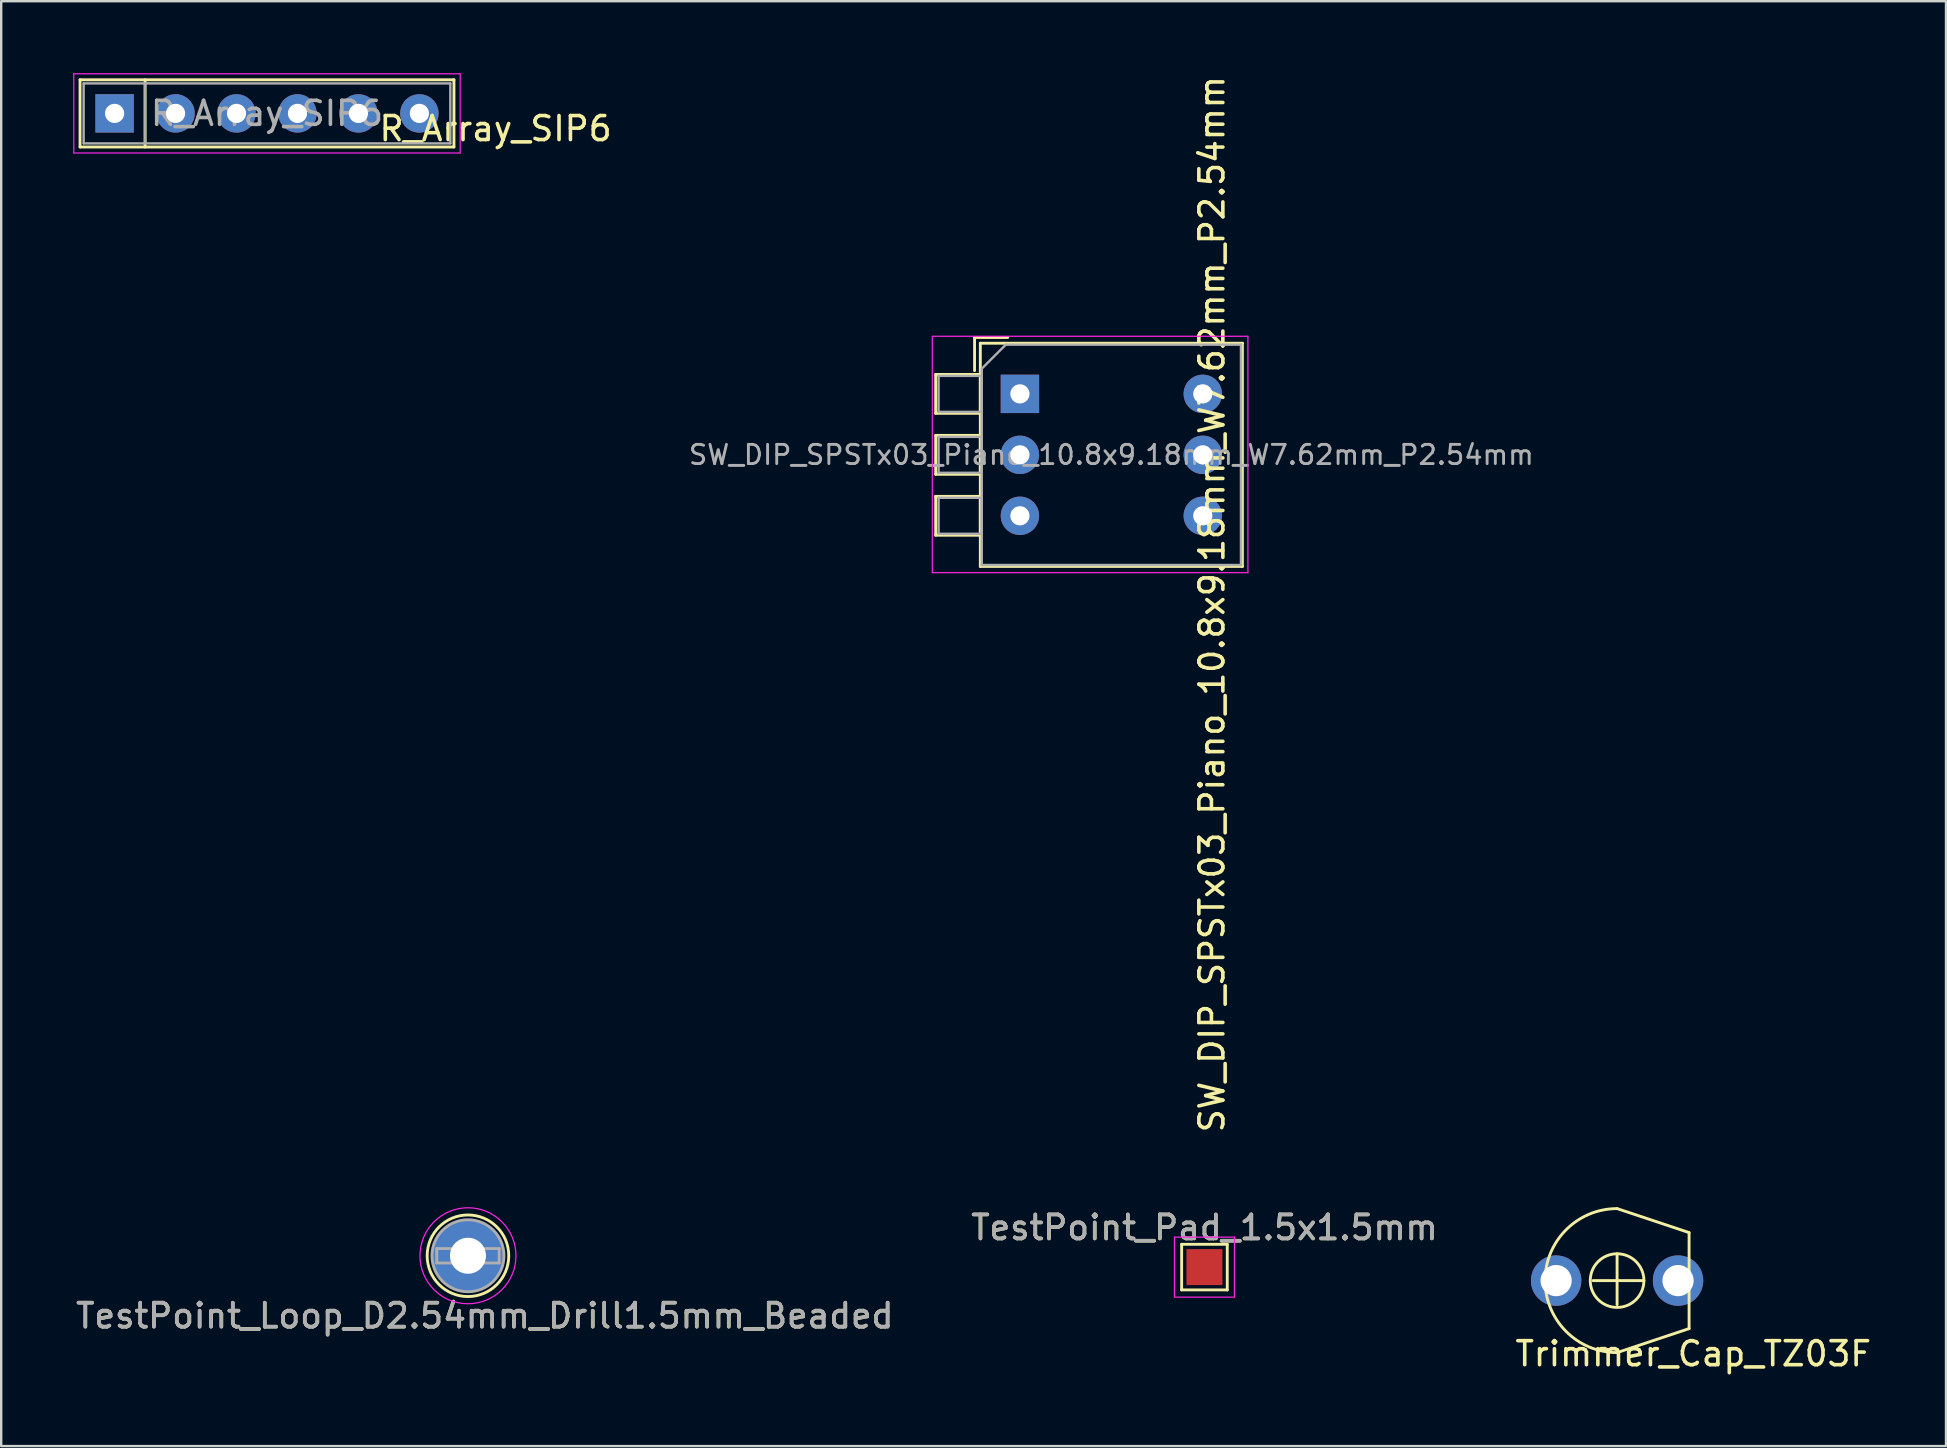
<source format=kicad_pcb>
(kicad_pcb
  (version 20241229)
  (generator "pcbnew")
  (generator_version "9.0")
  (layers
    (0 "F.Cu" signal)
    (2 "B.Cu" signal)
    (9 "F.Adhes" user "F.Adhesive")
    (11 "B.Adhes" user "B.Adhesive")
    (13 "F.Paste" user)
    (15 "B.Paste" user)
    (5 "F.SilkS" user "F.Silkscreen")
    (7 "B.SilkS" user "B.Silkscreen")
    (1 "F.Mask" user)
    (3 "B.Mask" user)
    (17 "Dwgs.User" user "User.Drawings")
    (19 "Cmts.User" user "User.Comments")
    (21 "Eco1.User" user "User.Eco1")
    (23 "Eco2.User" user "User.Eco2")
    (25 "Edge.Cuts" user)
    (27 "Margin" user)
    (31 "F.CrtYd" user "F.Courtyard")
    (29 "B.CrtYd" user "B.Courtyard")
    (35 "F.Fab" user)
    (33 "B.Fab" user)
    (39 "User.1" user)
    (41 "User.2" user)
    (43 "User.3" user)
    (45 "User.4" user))
  (footprint "Trimmer_Cap_TZ03F"
    (layer "F.Cu")
    (at 64.331 50.31)
    (property "Reference" "Trimmer_Cap_TZ03F" (at 3.175 3.048 180) (layer "F.SilkS") (effects (font (size 1 1) (thickness 0.15))))
    (attr through_hole)
    (fp_line (start -1 0) (end 1.118 0) (stroke (width 0.12) (type solid)) (layer "F.SilkS"))
    (fp_line (start 0 -1.118) (end 0 1) (stroke (width 0.12) (type solid)) (layer "F.SilkS"))
    (fp_line (start 3 -2) (end 0 -3) (stroke (width 0.12) (type solid)) (layer "F.SilkS"))
    (fp_line (start 3 -2) (end 3 2) (stroke (width 0.12) (type solid)) (layer "F.SilkS"))
    (fp_line (start 3 2) (end 0 3) (stroke (width 0.12) (type solid)) (layer "F.SilkS"))
    (fp_arc (start -3 0) (mid -2.12132 -2.12132) (end 0 -3) (stroke (width 0.12) (type solid)) (layer "F.SilkS"))
    (fp_arc (start 0 3) (mid -2.12132 2.12132) (end -3 0) (stroke (width 0.12) (type solid)) (layer "F.SilkS"))
    (fp_circle (center 0 0) (end -0.5 -1) (stroke (width 0.12) (type solid)) (fill no) (layer "F.SilkS"))
    (pad "1" thru_hole circle (at -2.54 0) (size 2.1 2.1) (drill 1.3) (layers "*.Cu" "*.Mask"))
    (pad "2" thru_hole circle (at 2.54 0) (size 2.1 2.1) (drill 1.3) (layers "*.Cu" "*.Mask")))
  (footprint "R_Array_SIP6"
    (layer "F.Cu")
    (at 1.725 1.675)
    (property "Reference" "R_Array_SIP6" (at 15.875 0.635 180) (layer "F.SilkS") (effects (font (size 1 1) (thickness 0.15))))
    (attr through_hole)
    (fp_line (start -1.44 -1.4) (end -1.44 1.4) (stroke (width 0.12) (type solid)) (layer "F.SilkS"))
    (fp_line (start -1.44 1.4) (end 14.14 1.4) (stroke (width 0.12) (type solid)) (layer "F.SilkS"))
    (fp_line (start 1.27 -1.4) (end 1.27 1.4) (stroke (width 0.12) (type solid)) (layer "F.SilkS"))
    (fp_line (start 14.14 -1.4) (end -1.44 -1.4) (stroke (width 0.12) (type solid)) (layer "F.SilkS"))
    (fp_line (start 14.14 1.4) (end 14.14 -1.4) (stroke (width 0.12) (type solid)) (layer "F.SilkS"))
    (fp_line (start -1.7 -1.65) (end -1.7 1.65) (stroke (width 0.05) (type solid)) (layer "F.CrtYd"))
    (fp_line (start -1.7 1.65) (end 14.4 1.65) (stroke (width 0.05) (type solid)) (layer "F.CrtYd"))
    (fp_line (start 14.4 -1.65) (end -1.7 -1.65) (stroke (width 0.05) (type solid)) (layer "F.CrtYd"))
    (fp_line (start 14.4 1.65) (end 14.4 -1.65) (stroke (width 0.05) (type solid)) (layer "F.CrtYd"))
    (fp_line (start -1.29 -1.25) (end -1.29 1.25) (stroke (width 0.1) (type solid)) (layer "F.Fab"))
    (fp_line (start -1.29 1.25) (end 13.99 1.25) (stroke (width 0.1) (type solid)) (layer "F.Fab"))
    (fp_line (start 1.27 -1.25) (end 1.27 1.25) (stroke (width 0.1) (type solid)) (layer "F.Fab"))
    (fp_line (start 13.99 -1.25) (end -1.29 -1.25) (stroke (width 0.1) (type solid)) (layer "F.Fab"))
    (fp_line (start 13.99 1.25) (end 13.99 -1.25) (stroke (width 0.1) (type solid)) (layer "F.Fab"))
    (fp_text user "${REFERENCE}" (at 6.35 0 180) (layer "F.Fab") (effects (font (size 1 1) (thickness 0.15))))
    (pad "1" thru_hole rect (at 0 0) (size 1.6 1.6) (drill 0.8) (layers "*.Cu" "*.Mask"))
    (pad "2" thru_hole oval (at 2.54 0) (size 1.6 1.6) (drill 0.8) (layers "*.Cu" "*.Mask"))
    (pad "3" thru_hole oval (at 5.08 0) (size 1.6 1.6) (drill 0.8) (layers "*.Cu" "*.Mask"))
    (pad "4" thru_hole oval (at 7.62 0) (size 1.6 1.6) (drill 0.8) (layers "*.Cu" "*.Mask"))
    (pad "5" thru_hole oval (at 10.16 0) (size 1.6 1.6) (drill 0.8) (layers "*.Cu" "*.Mask"))
    (pad "6" thru_hole oval (at 12.7 0) (size 1.6 1.6) (drill 0.8) (layers "*.Cu" "*.Mask")))
  (footprint "SW_DIP_SPSTx03_Piano_10.8x9.18mm_W7.62mm_P2.54mm"
    (layer "F.Cu")
    (at 39.448 13.362)
    (property "Reference" "SW_DIP_SPSTx03_Piano_10.8x9.18mm_W7.62mm_P2.54mm" (at 8.001 8.763 270) (layer "F.SilkS") (effects (font (size 1 1) (thickness 0.15))))
    (attr through_hole)
    (fp_line (start -3.51 -0.81) (end -3.51 0.81) (stroke (width 0.12) (type solid)) (layer "F.SilkS"))
    (fp_line (start -3.51 -0.81) (end -1.65 -0.81) (stroke (width 0.12) (type solid)) (layer "F.SilkS"))
    (fp_line (start -3.51 0.81) (end -1.65 0.81) (stroke (width 0.12) (type solid)) (layer "F.SilkS"))
    (fp_line (start -3.51 1.73) (end -3.51 3.35) (stroke (width 0.12) (type solid)) (layer "F.SilkS"))
    (fp_line (start -3.51 1.73) (end -1.65 1.73) (stroke (width 0.12) (type solid)) (layer "F.SilkS"))
    (fp_line (start -3.51 3.35) (end -1.65 3.35) (stroke (width 0.12) (type solid)) (layer "F.SilkS"))
    (fp_line (start -3.51 4.27) (end -3.51 5.89) (stroke (width 0.12) (type solid)) (layer "F.SilkS"))
    (fp_line (start -3.51 4.27) (end -1.65 4.27) (stroke (width 0.12) (type solid)) (layer "F.SilkS"))
    (fp_line (start -3.51 5.89) (end -1.65 5.89) (stroke (width 0.12) (type solid)) (layer "F.SilkS"))
    (fp_line (start -1.89 -2.35) (end -1.89 -0.967) (stroke (width 0.12) (type solid)) (layer "F.SilkS"))
    (fp_line (start -1.89 -2.35) (end -0.507 -2.35) (stroke (width 0.12) (type solid)) (layer "F.SilkS"))
    (fp_line (start -1.65 -2.11) (end -1.65 7.19) (stroke (width 0.12) (type solid)) (layer "F.SilkS"))
    (fp_line (start -1.65 -2.11) (end 9.27 -2.11) (stroke (width 0.12) (type solid)) (layer "F.SilkS"))
    (fp_line (start -1.65 -0.81) (end -1.65 0.81) (stroke (width 0.12) (type solid)) (layer "F.SilkS"))
    (fp_line (start -1.65 1.73) (end -1.65 3.35) (stroke (width 0.12) (type solid)) (layer "F.SilkS"))
    (fp_line (start -1.65 4.27) (end -1.65 5.89) (stroke (width 0.12) (type solid)) (layer "F.SilkS"))
    (fp_line (start -1.65 7.19) (end 9.27 7.19) (stroke (width 0.12) (type solid)) (layer "F.SilkS"))
    (fp_line (start 9.27 -2.11) (end 9.27 7.19) (stroke (width 0.12) (type solid)) (layer "F.SilkS"))
    (fp_line (start -3.65 -2.4) (end -3.65 7.45) (stroke (width 0.05) (type solid)) (layer "F.CrtYd"))
    (fp_line (start -3.65 7.45) (end 9.5 7.45) (stroke (width 0.05) (type solid)) (layer "F.CrtYd"))
    (fp_line (start 9.5 -2.4) (end -3.65 -2.4) (stroke (width 0.05) (type solid)) (layer "F.CrtYd"))
    (fp_line (start 9.5 7.45) (end 9.5 -2.4) (stroke (width 0.05) (type solid)) (layer "F.CrtYd"))
    (fp_line (start -3.39 -0.75) (end -1.59 -0.75) (stroke (width 0.1) (type solid)) (layer "F.Fab"))
    (fp_line (start -3.39 0.75) (end -3.39 -0.75) (stroke (width 0.1) (type solid)) (layer "F.Fab"))
    (fp_line (start -3.39 1.79) (end -1.59 1.79) (stroke (width 0.1) (type solid)) (layer "F.Fab"))
    (fp_line (start -3.39 3.29) (end -3.39 1.79) (stroke (width 0.1) (type solid)) (layer "F.Fab"))
    (fp_line (start -3.39 4.33) (end -1.59 4.33) (stroke (width 0.1) (type solid)) (layer "F.Fab"))
    (fp_line (start -3.39 5.83) (end -3.39 4.33) (stroke (width 0.1) (type solid)) (layer "F.Fab"))
    (fp_line (start -1.59 -1.05) (end -0.59 -2.05) (stroke (width 0.1) (type solid)) (layer "F.Fab"))
    (fp_line (start -1.59 -0.75) (end -1.59 0.75) (stroke (width 0.1) (type solid)) (layer "F.Fab"))
    (fp_line (start -1.59 0.75) (end -3.39 0.75) (stroke (width 0.1) (type solid)) (layer "F.Fab"))
    (fp_line (start -1.59 1.79) (end -1.59 3.29) (stroke (width 0.1) (type solid)) (layer "F.Fab"))
    (fp_line (start -1.59 3.29) (end -3.39 3.29) (stroke (width 0.1) (type solid)) (layer "F.Fab"))
    (fp_line (start -1.59 4.33) (end -1.59 5.83) (stroke (width 0.1) (type solid)) (layer "F.Fab"))
    (fp_line (start -1.59 5.83) (end -3.39 5.83) (stroke (width 0.1) (type solid)) (layer "F.Fab"))
    (fp_line (start -1.59 7.13) (end -1.59 -1.05) (stroke (width 0.1) (type solid)) (layer "F.Fab"))
    (fp_line (start -0.59 -2.05) (end 9.21 -2.05) (stroke (width 0.1) (type solid)) (layer "F.Fab"))
    (fp_line (start 9.21 -2.05) (end 9.21 7.13) (stroke (width 0.1) (type solid)) (layer "F.Fab"))
    (fp_line (start 9.21 7.13) (end -1.59 7.13) (stroke (width 0.1) (type solid)) (layer "F.Fab"))
    (fp_text user "${REFERENCE}" (at 3.81 2.54 180) (layer "F.Fab") (effects (font (size 0.8 0.8) (thickness 0.12))))
    (pad "1" thru_hole rect (at 0 0) (size 1.6 1.6) (drill 0.8) (layers "*.Cu" "*.Mask"))
    (pad "2" thru_hole oval (at 0 2.54) (size 1.6 1.6) (drill 0.8) (layers "*.Cu" "*.Mask"))
    (pad "3" thru_hole oval (at 0 5.08) (size 1.6 1.6) (drill 0.8) (layers "*.Cu" "*.Mask"))
    (pad "4" thru_hole oval (at 7.62 5.08) (size 1.6 1.6) (drill 0.8) (layers "*.Cu" "*.Mask"))
    (pad "5" thru_hole oval (at 7.62 2.54) (size 1.6 1.6) (drill 0.8) (layers "*.Cu" "*.Mask"))
    (pad "6" thru_hole oval (at 7.62 0) (size 1.6 1.6) (drill 0.8) (layers "*.Cu" "*.Mask")))
  (footprint "TestPoint_Loop_D2.54mm_Drill1.5mm_Beaded"
    (layer "F.Cu")
    (at 16.449 49.275)
    (property "Reference" "TestPoint_Loop_D2.54mm_Drill1.5mm_Beaded" (at 0.7 2.5 0) (layer "F.SilkS") (effects (font (size 1 1) (thickness 0.15))))
    (attr through_hole)
    (fp_circle (center 0 0) (end 1.7 0) (stroke (width 0.12) (type solid)) (fill no) (layer "F.SilkS"))
    (fp_circle (center 0 0) (end 2 0) (stroke (width 0.05) (type solid)) (fill no) (layer "F.CrtYd"))
    (fp_line (start -1.3 -0.3) (end -1.3 0.3) (stroke (width 0.12) (type solid)) (layer "F.Fab"))
    (fp_line (start -1.3 0.3) (end 1.3 0.3) (stroke (width 0.12) (type solid)) (layer "F.Fab"))
    (fp_line (start 1.3 -0.3) (end -1.3 -0.3) (stroke (width 0.12) (type solid)) (layer "F.Fab"))
    (fp_line (start 1.3 0.3) (end 1.3 -0.3) (stroke (width 0.12) (type solid)) (layer "F.Fab"))
    (fp_circle (center 0 0) (end 1.5 0) (stroke (width 0.12) (type solid)) (fill no) (layer "F.Fab"))
    (fp_text user "${REFERENCE}" (at 0.7 2.5 0) (layer "F.Fab") (effects (font (size 1 1) (thickness 0.15))))
    (pad "1" thru_hole circle (at 0 0) (size 3 3) (drill 1.5) (layers "*.Cu" "*.Mask")))
  (footprint "TestPoint_Pad_1.5x1.5mm"
    (layer "F.Cu")
    (at 47.137 49.748)
    (property "Reference" "TestPoint_Pad_1.5x1.5mm" (at 0 -1.648 0) (layer "F.SilkS") (effects (font (size 1 1) (thickness 0.15))))
    (attr exclude_from_pos_files exclude_from_bom)
    (fp_line (start -0.95 -0.95) (end 0.95 -0.95) (stroke (width 0.12) (type solid)) (layer "F.SilkS"))
    (fp_line (start -0.95 0.95) (end -0.95 -0.95) (stroke (width 0.12) (type solid)) (layer "F.SilkS"))
    (fp_line (start 0.95 -0.95) (end 0.95 0.95) (stroke (width 0.12) (type solid)) (layer "F.SilkS"))
    (fp_line (start 0.95 0.95) (end -0.95 0.95) (stroke (width 0.12) (type solid)) (layer "F.SilkS"))
    (fp_line (start -1.25 -1.25) (end -1.25 1.25) (stroke (width 0.05) (type solid)) (layer "F.CrtYd"))
    (fp_line (start -1.25 -1.25) (end 1.25 -1.25) (stroke (width 0.05) (type solid)) (layer "F.CrtYd"))
    (fp_line (start 1.25 1.25) (end -1.25 1.25) (stroke (width 0.05) (type solid)) (layer "F.CrtYd"))
    (fp_line (start 1.25 1.25) (end 1.25 -1.25) (stroke (width 0.05) (type solid)) (layer "F.CrtYd"))
    (fp_text user "${REFERENCE}" (at 0 -1.65 0) (layer "F.Fab") (effects (font (size 1 1) (thickness 0.15))))
    (pad "1" smd rect (at 0 0) (size 1.5 1.5) (layers "F.Cu" "F.Mask")))
  (gr_rect
    (start -3 -3)
    (end 78.036 57.206)
    (stroke (width 0.1) (type default))
    (fill no)
    (layer "Edge.Cuts")))
</source>
